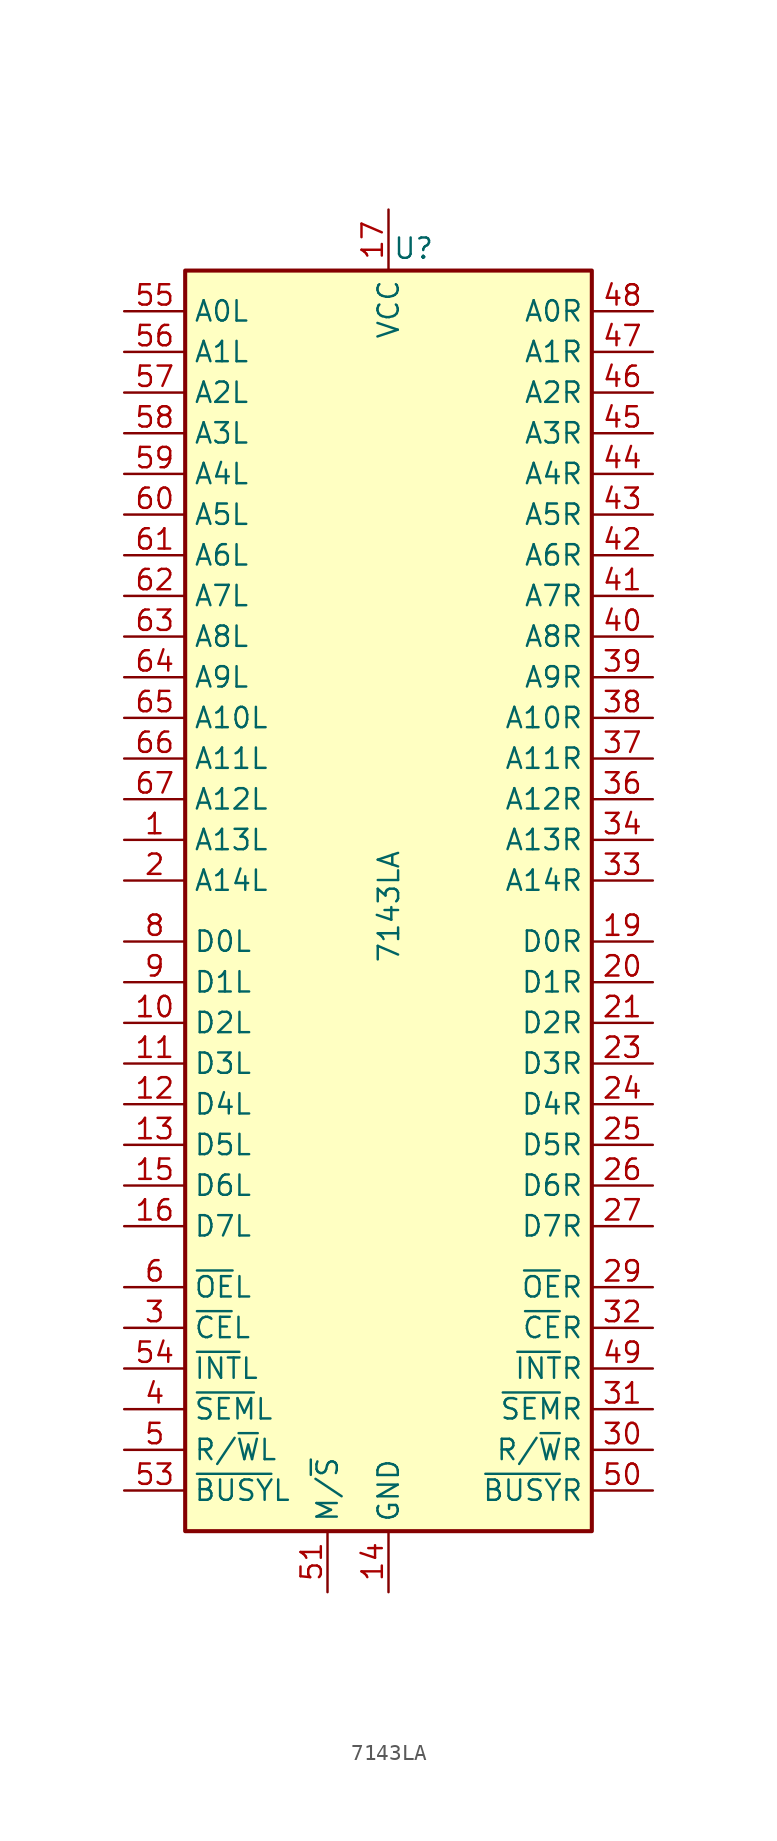
<source format=kicad_sym>
(kicad_symbol_lib
  (version 20241209)
  (generator "kicad_symbol_editor")
  (generator_version "9.0")
  (symbol "7143LA"
    (property "Reference" "U"
      (at 0.254 40.005 0)
      (effects (font (size 1.27 1.27)) (justify left bottom)))
    (property "Value" "7143LA"
      (at 0.762 -3.937 90)
      (effects (font (size 1.27 1.27)) (justify left bottom)))
    (symbol "7143LA_0_0"
      (pin power_in line (at 0 -43.18 90) (length 3.81) (name "GND" (effects (font (size 1.27 1.27)))) (number "14" (effects (font (size 1.27 1.27)))))
      (pin no_connect line (at 5.08 43.18 270) (length 3.81) (hide yes) (name "N/C" (effects (font (size 1.27 1.27)))) (number "28" (effects (font (size 1.27 1.27))))))
    (symbol "7143LA_0_1"
      (rectangle (start -12.7 39.37) (end 12.7 -39.37) (stroke (width 0.254) (type default)) (fill (type background))))
    (symbol "7143LA_1_0"
      (pin input line (at -16.51 36.83 0) (length 3.81) (name "A0L" (effects (font (size 1.27 1.27)))) (number "55" (effects (font (size 1.27 1.27)))))
      (pin input line (at -16.51 34.29 0) (length 3.81) (name "A1L" (effects (font (size 1.27 1.27)))) (number "56" (effects (font (size 1.27 1.27)))))
      (pin input line (at -16.51 31.75 0) (length 3.81) (name "A2L" (effects (font (size 1.27 1.27)))) (number "57" (effects (font (size 1.27 1.27)))))
      (pin input line (at -16.51 29.21 0) (length 3.81) (name "A3L" (effects (font (size 1.27 1.27)))) (number "58" (effects (font (size 1.27 1.27)))))
      (pin input line (at -16.51 26.67 0) (length 3.81) (name "A4L" (effects (font (size 1.27 1.27)))) (number "59" (effects (font (size 1.27 1.27)))))
      (pin input line (at -16.51 24.13 0) (length 3.81) (name "A5L" (effects (font (size 1.27 1.27)))) (number "60" (effects (font (size 1.27 1.27)))))
      (pin input line (at -16.51 21.59 0) (length 3.81) (name "A6L" (effects (font (size 1.27 1.27)))) (number "61" (effects (font (size 1.27 1.27)))))
      (pin input line (at -16.51 19.05 0) (length 3.81) (name "A7L" (effects (font (size 1.27 1.27)))) (number "62" (effects (font (size 1.27 1.27)))))
      (pin input line (at -16.51 16.51 0) (length 3.81) (name "A8L" (effects (font (size 1.27 1.27)))) (number "63" (effects (font (size 1.27 1.27)))))
      (pin input line (at -16.51 13.97 0) (length 3.81) (name "A9L" (effects (font (size 1.27 1.27)))) (number "64" (effects (font (size 1.27 1.27)))))
      (pin input line (at -16.51 11.43 0) (length 3.81) (name "A10L" (effects (font (size 1.27 1.27)))) (number "65" (effects (font (size 1.27 1.27)))))
      (pin input line (at -16.51 8.89 0) (length 3.81) (name "A11L" (effects (font (size 1.27 1.27)))) (number "66" (effects (font (size 1.27 1.27)))))
      (pin input line (at -16.51 6.35 0) (length 3.81) (name "A12L" (effects (font (size 1.27 1.27)))) (number "67" (effects (font (size 1.27 1.27)))))
      (pin bidirectional line (at -16.51 -29.21 0) (length 3.81) (name "~{INT}L" (effects (font (size 1.27 1.27)))) (number "54" (effects (font (size 1.27 1.27)))))
      (pin bidirectional line (at -16.51 -36.83 0) (length 3.81) (name "~{BUSY}L" (effects (font (size 1.27 1.27)))) (number "53" (effects (font (size 1.27 1.27)))))
      (pin bidirectional line (at -3.81 -43.18 90) (length 3.81) (name "M/~{S}" (effects (font (size 1.27 1.27)))) (number "51" (effects (font (size 1.27 1.27)))))
      (pin power_in line (at 0 43.18 270) (length 3.81) (hide yes) (name "VCC" (effects (font (size 1.27 1.27)))) (number "68" (effects (font (size 1.27 1.27)))))
      (pin power_in line (at 0 -43.18 90) (length 3.81) (hide yes) (name "GND" (effects (font (size 1.27 1.27)))) (number "35" (effects (font (size 1.27 1.27)))))
      (pin power_in line (at 0 -43.18 90) (length 3.81) (hide yes) (name "GND" (effects (font (size 1.27 1.27)))) (number "52" (effects (font (size 1.27 1.27)))))
      (pin input line (at 16.51 36.83 180) (length 3.81) (name "A0R" (effects (font (size 1.27 1.27)))) (number "48" (effects (font (size 1.27 1.27)))))
      (pin input line (at 16.51 34.29 180) (length 3.81) (name "A1R" (effects (font (size 1.27 1.27)))) (number "47" (effects (font (size 1.27 1.27)))))
      (pin input line (at 16.51 31.75 180) (length 3.81) (name "A2R" (effects (font (size 1.27 1.27)))) (number "46" (effects (font (size 1.27 1.27)))))
      (pin input line (at 16.51 29.21 180) (length 3.81) (name "A3R" (effects (font (size 1.27 1.27)))) (number "45" (effects (font (size 1.27 1.27)))))
      (pin input line (at 16.51 26.67 180) (length 3.81) (name "A4R" (effects (font (size 1.27 1.27)))) (number "44" (effects (font (size 1.27 1.27)))))
      (pin input line (at 16.51 24.13 180) (length 3.81) (name "A5R" (effects (font (size 1.27 1.27)))) (number "43" (effects (font (size 1.27 1.27)))))
      (pin input line (at 16.51 21.59 180) (length 3.81) (name "A6R" (effects (font (size 1.27 1.27)))) (number "42" (effects (font (size 1.27 1.27)))))
      (pin input line (at 16.51 19.05 180) (length 3.81) (name "A7R" (effects (font (size 1.27 1.27)))) (number "41" (effects (font (size 1.27 1.27)))))
      (pin input line (at 16.51 16.51 180) (length 3.81) (name "A8R" (effects (font (size 1.27 1.27)))) (number "40" (effects (font (size 1.27 1.27)))))
      (pin input line (at 16.51 13.97 180) (length 3.81) (name "A9R" (effects (font (size 1.27 1.27)))) (number "39" (effects (font (size 1.27 1.27)))))
      (pin input line (at 16.51 11.43 180) (length 3.81) (name "A10R" (effects (font (size 1.27 1.27)))) (number "38" (effects (font (size 1.27 1.27)))))
      (pin input line (at 16.51 8.89 180) (length 3.81) (name "A11R" (effects (font (size 1.27 1.27)))) (number "37" (effects (font (size 1.27 1.27)))))
      (pin input line (at 16.51 6.35 180) (length 3.81) (name "A12R" (effects (font (size 1.27 1.27)))) (number "36" (effects (font (size 1.27 1.27)))))
      (pin input line (at 16.51 3.81 180) (length 3.81) (name "A13R" (effects (font (size 1.27 1.27)))) (number "34" (effects (font (size 1.27 1.27)))))
      (pin input line (at 16.51 1.27 180) (length 3.81) (name "A14R" (effects (font (size 1.27 1.27)))) (number "33" (effects (font (size 1.27 1.27)))))
      (pin input line (at 16.51 -24.13 180) (length 3.81) (name "~{OE}R" (effects (font (size 1.27 1.27)))) (number "29" (effects (font (size 1.27 1.27)))))
      (pin input line (at 16.51 -26.67 180) (length 3.81) (name "~{CE}R" (effects (font (size 1.27 1.27)))) (number "32" (effects (font (size 1.27 1.27)))))
      (pin bidirectional line (at 16.51 -29.21 180) (length 3.81) (name "~{INT}R" (effects (font (size 1.27 1.27)))) (number "49" (effects (font (size 1.27 1.27)))))
      (pin input line (at 16.51 -31.75 180) (length 3.81) (name "~{SEM}R" (effects (font (size 1.27 1.27)))) (number "31" (effects (font (size 1.27 1.27)))))
      (pin bidirectional line (at 16.51 -34.29 180) (length 3.81) (name "R/~{W}R" (effects (font (size 1.27 1.27)))) (number "30" (effects (font (size 1.27 1.27)))))
      (pin bidirectional line (at 16.51 -36.83 180) (length 3.81) (name "~{BUSY}R" (effects (font (size 1.27 1.27)))) (number "50" (effects (font (size 1.27 1.27))))))
    (symbol "7143LA_1_1"
      (pin input line (at -16.51 3.81 0) (length 3.81) (name "A13L" (effects (font (size 1.27 1.27)))) (number "1" (effects (font (size 1.27 1.27)))))
      (pin input line (at -16.51 1.27 0) (length 3.81) (name "A14L" (effects (font (size 1.27 1.27)))) (number "2" (effects (font (size 1.27 1.27)))))
      (pin bidirectional line (at -16.51 -2.54 0) (length 3.81) (name "D0L" (effects (font (size 1.27 1.27)))) (number "8" (effects (font (size 1.27 1.27)))))
      (pin bidirectional line (at -16.51 -5.08 0) (length 3.81) (name "D1L" (effects (font (size 1.27 1.27)))) (number "9" (effects (font (size 1.27 1.27)))))
      (pin bidirectional line (at -16.51 -7.62 0) (length 3.81) (name "D2L" (effects (font (size 1.27 1.27)))) (number "10" (effects (font (size 1.27 1.27)))))
      (pin bidirectional line (at -16.51 -10.16 0) (length 3.81) (name "D3L" (effects (font (size 1.27 1.27)))) (number "11" (effects (font (size 1.27 1.27)))))
      (pin bidirectional line (at -16.51 -12.7 0) (length 3.81) (name "D4L" (effects (font (size 1.27 1.27)))) (number "12" (effects (font (size 1.27 1.27)))))
      (pin bidirectional line (at -16.51 -15.24 0) (length 3.81) (name "D5L" (effects (font (size 1.27 1.27)))) (number "13" (effects (font (size 1.27 1.27)))))
      (pin bidirectional line (at -16.51 -17.78 0) (length 3.81) (name "D6L" (effects (font (size 1.27 1.27)))) (number "15" (effects (font (size 1.27 1.27)))))
      (pin bidirectional line (at -16.51 -20.32 0) (length 3.81) (name "D7L" (effects (font (size 1.27 1.27)))) (number "16" (effects (font (size 1.27 1.27)))))
      (pin input line (at -16.51 -24.13 0) (length 3.81) (name "~{OE}L" (effects (font (size 1.27 1.27)))) (number "6" (effects (font (size 1.27 1.27)))))
      (pin input line (at -16.51 -26.67 0) (length 3.81) (name "~{CE}L" (effects (font (size 1.27 1.27)))) (number "3" (effects (font (size 1.27 1.27)))))
      (pin input line (at -16.51 -31.75 0) (length 3.81) (name "~{SEM}L" (effects (font (size 1.27 1.27)))) (number "4" (effects (font (size 1.27 1.27)))))
      (pin bidirectional line (at -16.51 -34.29 0) (length 3.81) (name "R/~{W}L" (effects (font (size 1.27 1.27)))) (number "5" (effects (font (size 1.27 1.27)))))
      (pin power_in line (at 0 43.18 270) (length 3.81) (name "VCC" (effects (font (size 1.27 1.27)))) (number "17" (effects (font (size 1.27 1.27)))))
      (pin power_in line (at 0 43.18 270) (length 3.81) (hide yes) (name "VCC" (effects (font (size 1.27 1.27)))) (number "22" (effects (font (size 1.27 1.27)))))
      (pin power_in line (at 0 -43.18 90) (length 3.81) (hide yes) (name "GND" (effects (font (size 1.27 1.27)))) (number "18" (effects (font (size 1.27 1.27)))))
      (pin no_connect line (at 5.08 43.18 270) (length 3.81) (hide yes) (name "N/C" (effects (font (size 1.27 1.27)))) (number "7" (effects (font (size 1.27 1.27)))))
      (pin bidirectional line (at 16.51 -2.54 180) (length 3.81) (name "D0R" (effects (font (size 1.27 1.27)))) (number "19" (effects (font (size 1.27 1.27)))))
      (pin bidirectional line (at 16.51 -5.08 180) (length 3.81) (name "D1R" (effects (font (size 1.27 1.27)))) (number "20" (effects (font (size 1.27 1.27)))))
      (pin bidirectional line (at 16.51 -7.62 180) (length 3.81) (name "D2R" (effects (font (size 1.27 1.27)))) (number "21" (effects (font (size 1.27 1.27)))))
      (pin bidirectional line (at 16.51 -10.16 180) (length 3.81) (name "D3R" (effects (font (size 1.27 1.27)))) (number "23" (effects (font (size 1.27 1.27)))))
      (pin bidirectional line (at 16.51 -12.7 180) (length 3.81) (name "D4R" (effects (font (size 1.27 1.27)))) (number "24" (effects (font (size 1.27 1.27)))))
      (pin bidirectional line (at 16.51 -15.24 180) (length 3.81) (name "D5R" (effects (font (size 1.27 1.27)))) (number "25" (effects (font (size 1.27 1.27)))))
      (pin bidirectional line (at 16.51 -17.78 180) (length 3.81) (name "D6R" (effects (font (size 1.27 1.27)))) (number "26" (effects (font (size 1.27 1.27)))))
      (pin bidirectional line (at 16.51 -20.32 180) (length 3.81) (name "D7R" (effects (font (size 1.27 1.27)))) (number "27" (effects (font (size 1.27 1.27))))))))
</source>
